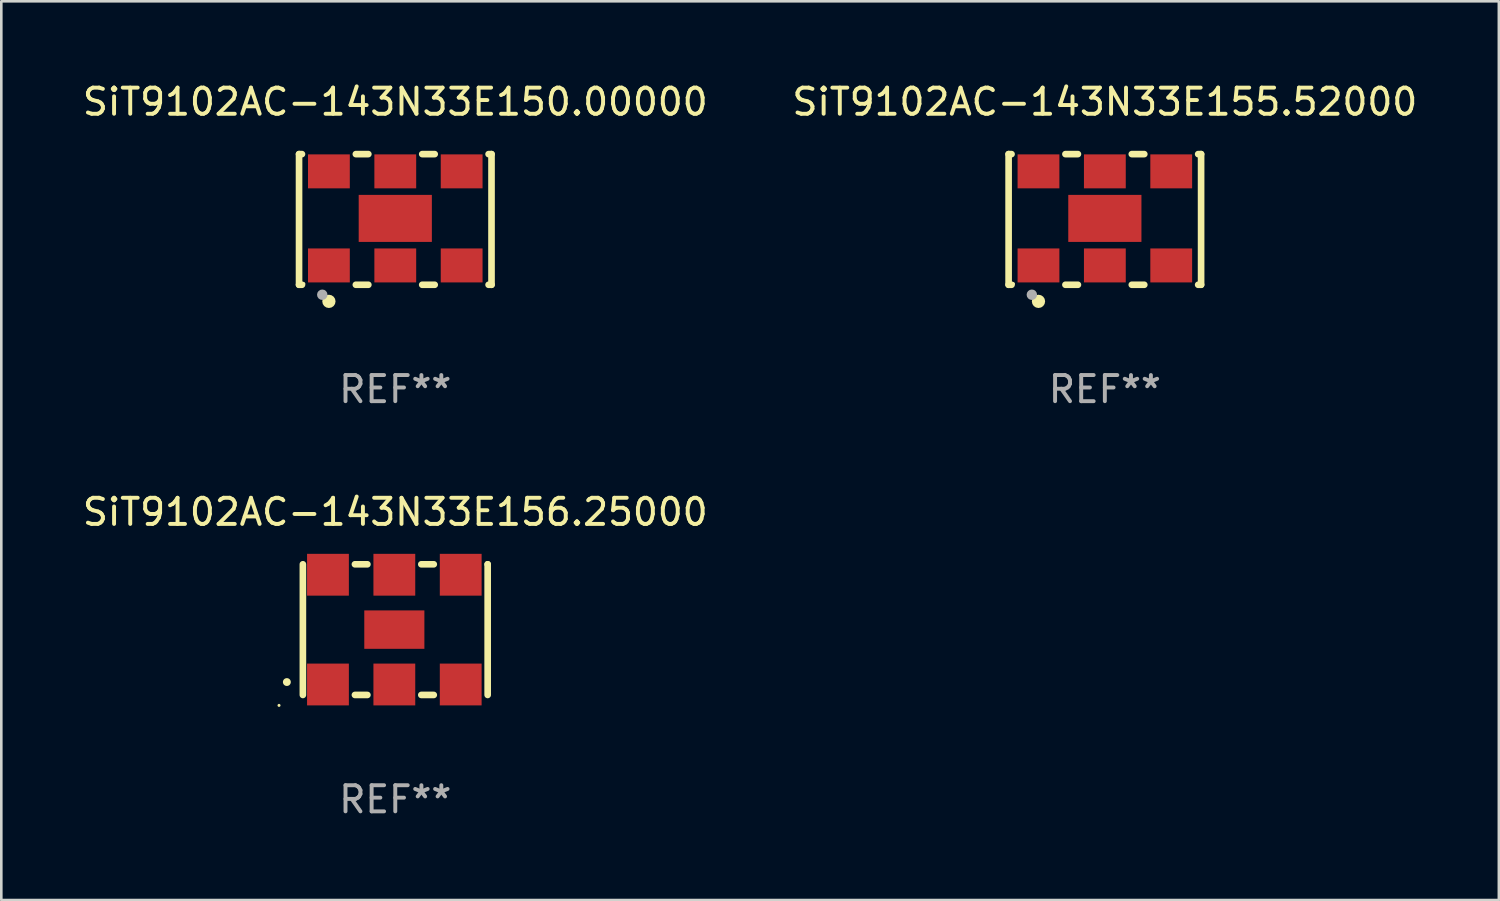
<source format=kicad_pcb>
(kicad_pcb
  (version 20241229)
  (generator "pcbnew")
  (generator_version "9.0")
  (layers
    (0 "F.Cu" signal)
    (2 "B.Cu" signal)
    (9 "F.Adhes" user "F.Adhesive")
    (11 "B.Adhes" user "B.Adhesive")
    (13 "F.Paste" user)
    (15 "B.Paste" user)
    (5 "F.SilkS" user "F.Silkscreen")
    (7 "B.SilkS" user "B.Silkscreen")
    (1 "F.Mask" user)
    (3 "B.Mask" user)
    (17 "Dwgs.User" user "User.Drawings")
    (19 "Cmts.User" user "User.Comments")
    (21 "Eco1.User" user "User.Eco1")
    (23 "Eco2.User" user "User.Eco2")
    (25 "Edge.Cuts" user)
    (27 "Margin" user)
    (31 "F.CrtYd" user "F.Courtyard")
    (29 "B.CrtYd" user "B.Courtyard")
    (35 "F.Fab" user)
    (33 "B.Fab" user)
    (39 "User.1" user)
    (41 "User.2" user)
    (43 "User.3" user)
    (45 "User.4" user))
  (footprint "SiT9102AC-143N33E155.52000"
    (layer "F.Cu")
    (at 39.232 5.348)
    (property "Reference" "SiT9102AC-143N33E155.52000" (at 0 -4.5 0) (layer "F.SilkS") (effects (font (size 1 1) (thickness 0.15))))
    (attr through_hole)
    (fp_line (start -3.683 -2.5) (end -3.571 -2.5) (stroke (width 0.254) (type solid)) (layer "F.SilkS"))
    (fp_line (start -3.683 2.5) (end -3.683 -2.5) (stroke (width 0.254) (type solid)) (layer "F.SilkS"))
    (fp_line (start -3.683 2.5) (end -3.571 2.5) (stroke (width 0.254) (type solid)) (layer "F.SilkS"))
    (fp_line (start -1.509 -2.5) (end -1.031 -2.5) (stroke (width 0.254) (type solid)) (layer "F.SilkS"))
    (fp_line (start -1.509 2.5) (end -1.031 2.5) (stroke (width 0.254) (type solid)) (layer "F.SilkS"))
    (fp_line (start 1.031 -2.5) (end 1.509 -2.5) (stroke (width 0.254) (type solid)) (layer "F.SilkS"))
    (fp_line (start 1.031 2.5) (end 1.509 2.5) (stroke (width 0.254) (type solid)) (layer "F.SilkS"))
    (fp_line (start 3.571 -2.5) (end 3.683 -2.5) (stroke (width 0.254) (type solid)) (layer "F.SilkS"))
    (fp_line (start 3.571 2.5) (end 3.683 2.5) (stroke (width 0.254) (type solid)) (layer "F.SilkS"))
    (fp_line (start 3.683 2.5) (end 3.683 -2.5) (stroke (width 0.254) (type solid)) (layer "F.SilkS"))
    (fp_circle (center -3.5 2.46) (end -3.47 2.46) (stroke (width 0.06) (type solid)) (fill no) (layer "F.SilkS"))
    (fp_circle (center -2.54 3.135) (end -2.413 3.135) (stroke (width 0.254) (type solid)) (fill no) (layer "F.SilkS"))
    (fp_circle (center -2.794 2.881) (end -2.694 2.881) (stroke (width 0.2) (type solid)) (fill no) (layer "F.Fab"))
    (fp_text user "REF**" (at 0 6.5 0) (layer "F.Fab") (effects (font (size 1 1) (thickness 0.15))))
    (pad "1" smd rect (at -2.54 1.76) (size 1.6 1.3) (layers "F.Cu" "F.Mask" "F.Paste"))
    (pad "2" smd rect (at 0 1.76) (size 1.6 1.3) (layers "F.Cu" "F.Mask" "F.Paste"))
    (pad "3" smd rect (at 2.54 1.76) (size 1.6 1.3) (layers "F.Cu" "F.Mask" "F.Paste"))
    (pad "4" smd rect (at 2.54 -1.84) (size 1.6 1.3) (layers "F.Cu" "F.Mask" "F.Paste"))
    (pad "5" smd rect (at 0 -1.84) (size 1.6 1.3) (layers "F.Cu" "F.Mask" "F.Paste"))
    (pad "6" smd rect (at -2.54 -1.84) (size 1.6 1.3) (layers "F.Cu" "F.Mask" "F.Paste"))
    (pad "7" smd rect (at 0 -0.04) (size 2.8 1.8) (layers "F.Cu" "F.Mask" "F.Paste")))
  (footprint "SiT9102AC-143N33E156.25000"
    (layer "F.Cu")
    (at 12.077 21.045)
    (property "Reference" "SiT9102AC-143N33E156.25000" (at 0 -4.5 0) (layer "F.SilkS") (effects (font (size 1 1) (thickness 0.15))))
    (attr through_hole)
    (fp_line (start -3.536 -2.5) (end -3.536 2.5) (stroke (width 0.254) (type solid)) (layer "F.SilkS"))
    (fp_line (start -1.544 2.5) (end -1.067 2.5) (stroke (width 0.254) (type solid)) (layer "F.SilkS"))
    (fp_line (start -1.067 -2.5) (end -1.544 -2.5) (stroke (width 0.254) (type solid)) (layer "F.SilkS"))
    (fp_line (start 0.996 2.5) (end 1.473 2.5) (stroke (width 0.254) (type solid)) (layer "F.SilkS"))
    (fp_line (start 1.473 -2.5) (end 0.996 -2.5) (stroke (width 0.254) (type solid)) (layer "F.SilkS"))
    (fp_line (start 3.536 -2.5) (end 3.536 -2.5) (stroke (width 0.254) (type solid)) (layer "F.SilkS"))
    (fp_line (start 3.536 2.5) (end 3.536 -2.5) (stroke (width 0.254) (type solid)) (layer "F.SilkS"))
    (fp_arc (start -4.150432 2.006604) (mid -4.149162 2.006599) (end -4.147892 2.006604) (stroke (width 0.3) (type solid)) (layer "F.SilkS"))
    (fp_circle (center -4.449 2.9) (end -4.419 2.9) (stroke (width 0.06) (type solid)) (fill no) (layer "F.SilkS"))
    (fp_text user "REF**" (at 0 6.5 0) (layer "F.Fab") (effects (font (size 1 1) (thickness 0.15))))
    (pad "1" smd rect (at -2.576 2.1) (size 1.6 1.6) (layers "F.Cu" "F.Mask" "F.Paste"))
    (pad "2" smd rect (at -0.036 2.1) (size 1.6 1.6) (layers "F.Cu" "F.Mask" "F.Paste"))
    (pad "3" smd rect (at 2.504 2.1) (size 1.6 1.6) (layers "F.Cu" "F.Mask" "F.Paste"))
    (pad "4" smd rect (at 2.504 -2.1) (size 1.6 1.6) (layers "F.Cu" "F.Mask" "F.Paste"))
    (pad "5" smd rect (at -0.036 -2.1) (size 1.6 1.6) (layers "F.Cu" "F.Mask" "F.Paste"))
    (pad "6" smd rect (at -2.576 -2.1) (size 1.6 1.6) (layers "F.Cu" "F.Mask" "F.Paste"))
    (pad "7" smd rect (at -0.036 0) (size 2.3 1.47) (layers "F.Cu" "F.Mask" "F.Paste")))
  (footprint "SiT9102AC-143N33E150.00000"
    (layer "F.Cu")
    (at 12.077 5.348)
    (property "Reference" "SiT9102AC-143N33E150.00000" (at 0 -4.5 0) (layer "F.SilkS") (effects (font (size 1 1) (thickness 0.15))))
    (attr through_hole)
    (fp_line (start -3.683 -2.5) (end -3.571 -2.5) (stroke (width 0.254) (type solid)) (layer "F.SilkS"))
    (fp_line (start -3.683 2.5) (end -3.683 -2.5) (stroke (width 0.254) (type solid)) (layer "F.SilkS"))
    (fp_line (start -3.683 2.5) (end -3.571 2.5) (stroke (width 0.254) (type solid)) (layer "F.SilkS"))
    (fp_line (start -1.509 -2.5) (end -1.031 -2.5) (stroke (width 0.254) (type solid)) (layer "F.SilkS"))
    (fp_line (start -1.509 2.5) (end -1.031 2.5) (stroke (width 0.254) (type solid)) (layer "F.SilkS"))
    (fp_line (start 1.031 -2.5) (end 1.509 -2.5) (stroke (width 0.254) (type solid)) (layer "F.SilkS"))
    (fp_line (start 1.031 2.5) (end 1.509 2.5) (stroke (width 0.254) (type solid)) (layer "F.SilkS"))
    (fp_line (start 3.571 -2.5) (end 3.683 -2.5) (stroke (width 0.254) (type solid)) (layer "F.SilkS"))
    (fp_line (start 3.571 2.5) (end 3.683 2.5) (stroke (width 0.254) (type solid)) (layer "F.SilkS"))
    (fp_line (start 3.683 2.5) (end 3.683 -2.5) (stroke (width 0.254) (type solid)) (layer "F.SilkS"))
    (fp_circle (center -3.5 2.46) (end -3.47 2.46) (stroke (width 0.06) (type solid)) (fill no) (layer "F.SilkS"))
    (fp_circle (center -2.54 3.135) (end -2.413 3.135) (stroke (width 0.254) (type solid)) (fill no) (layer "F.SilkS"))
    (fp_circle (center -2.794 2.881) (end -2.694 2.881) (stroke (width 0.2) (type solid)) (fill no) (layer "F.Fab"))
    (fp_text user "REF**" (at 0 6.5 0) (layer "F.Fab") (effects (font (size 1 1) (thickness 0.15))))
    (pad "1" smd rect (at -2.54 1.76) (size 1.6 1.3) (layers "F.Cu" "F.Mask" "F.Paste"))
    (pad "2" smd rect (at 0 1.76) (size 1.6 1.3) (layers "F.Cu" "F.Mask" "F.Paste"))
    (pad "3" smd rect (at 2.54 1.76) (size 1.6 1.3) (layers "F.Cu" "F.Mask" "F.Paste"))
    (pad "4" smd rect (at 2.54 -1.84) (size 1.6 1.3) (layers "F.Cu" "F.Mask" "F.Paste"))
    (pad "5" smd rect (at 0 -1.84) (size 1.6 1.3) (layers "F.Cu" "F.Mask" "F.Paste"))
    (pad "6" smd rect (at -2.54 -1.84) (size 1.6 1.3) (layers "F.Cu" "F.Mask" "F.Paste"))
    (pad "7" smd rect (at 0 -0.04) (size 2.8 1.8) (layers "F.Cu" "F.Mask" "F.Paste")))
  (gr_rect
    (start -3 -3)
    (end 54.31 31.393)
    (stroke (width 0.1) (type default))
    (fill no)
    (layer "Edge.Cuts")))
</source>
